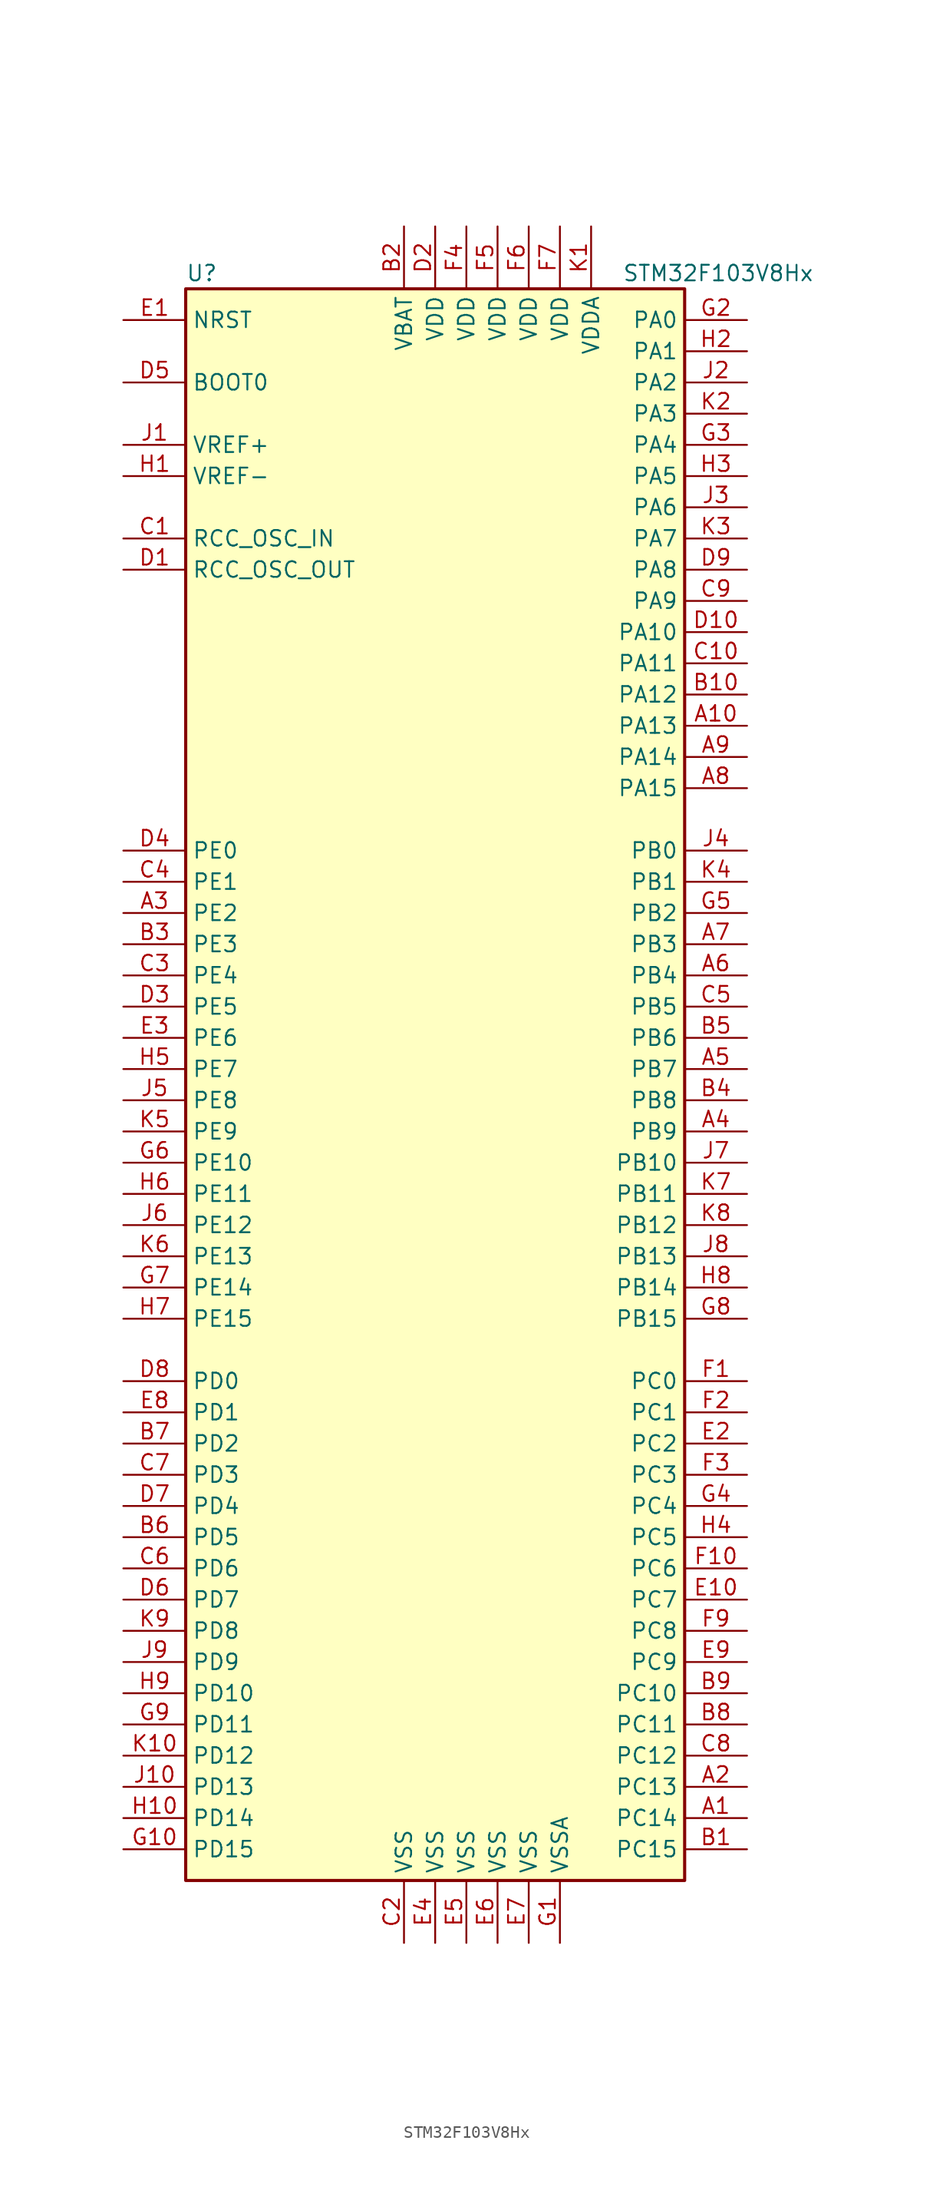
<source format=kicad_sym>
(kicad_symbol_lib
  (version 20201005)
  (generator kicad_symbol_editor)
  (symbol "STM32F103V8Hx"
    (property "Reference" "U"
      (at -20.32 64.77 0)
      (effects (font (size 1.27 1.27)) (justify left)))
    (property "Value" "STM32F103V8Hx"
      (at 15.24 64.77 0)
      (effects (font (size 1.27 1.27)) (justify left)))
    (symbol "STM32F103V8Hx_0_1"
      (rectangle (start -20.32 -66.04) (end 20.32 63.5) (stroke (width 0.254)) (fill (type background))))
    (symbol "STM32F103V8Hx_1_1"
      (pin bidirectional line (at 25.4 -60.96 180) (length 5.08) (name "PC14" (effects (font (size 1.27 1.27)))) (number "A1" (effects (font (size 1.27 1.27)))))
      (pin bidirectional line (at 25.4 27.94 180) (length 5.08) (name "PA13" (effects (font (size 1.27 1.27)))) (number "A10" (effects (font (size 1.27 1.27)))))
      (pin bidirectional line (at 25.4 -58.42 180) (length 5.08) (name "PC13" (effects (font (size 1.27 1.27)))) (number "A2" (effects (font (size 1.27 1.27)))))
      (pin bidirectional line (at -25.4 12.7 0) (length 5.08) (name "PE2" (effects (font (size 1.27 1.27)))) (number "A3" (effects (font (size 1.27 1.27)))))
      (pin bidirectional line (at 25.4 -5.08 180) (length 5.08) (name "PB9" (effects (font (size 1.27 1.27)))) (number "A4" (effects (font (size 1.27 1.27)))))
      (pin bidirectional line (at 25.4 0 180) (length 5.08) (name "PB7" (effects (font (size 1.27 1.27)))) (number "A5" (effects (font (size 1.27 1.27)))))
      (pin bidirectional line (at 25.4 7.62 180) (length 5.08) (name "PB4" (effects (font (size 1.27 1.27)))) (number "A6" (effects (font (size 1.27 1.27)))))
      (pin bidirectional line (at 25.4 10.16 180) (length 5.08) (name "PB3" (effects (font (size 1.27 1.27)))) (number "A7" (effects (font (size 1.27 1.27)))))
      (pin bidirectional line (at 25.4 22.86 180) (length 5.08) (name "PA15" (effects (font (size 1.27 1.27)))) (number "A8" (effects (font (size 1.27 1.27)))))
      (pin bidirectional line (at 25.4 25.4 180) (length 5.08) (name "PA14" (effects (font (size 1.27 1.27)))) (number "A9" (effects (font (size 1.27 1.27)))))
      (pin bidirectional line (at 25.4 -63.5 180) (length 5.08) (name "PC15" (effects (font (size 1.27 1.27)))) (number "B1" (effects (font (size 1.27 1.27)))))
      (pin bidirectional line (at 25.4 30.48 180) (length 5.08) (name "PA12" (effects (font (size 1.27 1.27)))) (number "B10" (effects (font (size 1.27 1.27)))))
      (pin power_in line (at -2.54 68.58 270) (length 5.08) (name "VBAT" (effects (font (size 1.27 1.27)))) (number "B2" (effects (font (size 1.27 1.27)))))
      (pin bidirectional line (at -25.4 10.16 0) (length 5.08) (name "PE3" (effects (font (size 1.27 1.27)))) (number "B3" (effects (font (size 1.27 1.27)))))
      (pin bidirectional line (at 25.4 -2.54 180) (length 5.08) (name "PB8" (effects (font (size 1.27 1.27)))) (number "B4" (effects (font (size 1.27 1.27)))))
      (pin bidirectional line (at 25.4 2.54 180) (length 5.08) (name "PB6" (effects (font (size 1.27 1.27)))) (number "B5" (effects (font (size 1.27 1.27)))))
      (pin bidirectional line (at -25.4 -38.1 0) (length 5.08) (name "PD5" (effects (font (size 1.27 1.27)))) (number "B6" (effects (font (size 1.27 1.27)))))
      (pin bidirectional line (at -25.4 -30.48 0) (length 5.08) (name "PD2" (effects (font (size 1.27 1.27)))) (number "B7" (effects (font (size 1.27 1.27)))))
      (pin bidirectional line (at 25.4 -53.34 180) (length 5.08) (name "PC11" (effects (font (size 1.27 1.27)))) (number "B8" (effects (font (size 1.27 1.27)))))
      (pin bidirectional line (at 25.4 -50.8 180) (length 5.08) (name "PC10" (effects (font (size 1.27 1.27)))) (number "B9" (effects (font (size 1.27 1.27)))))
      (pin input line (at -25.4 43.18 0) (length 5.08) (name "RCC_OSC_IN" (effects (font (size 1.27 1.27)))) (number "C1" (effects (font (size 1.27 1.27)))))
      (pin bidirectional line (at 25.4 33.02 180) (length 5.08) (name "PA11" (effects (font (size 1.27 1.27)))) (number "C10" (effects (font (size 1.27 1.27)))))
      (pin power_in line (at -2.54 -71.12 90) (length 5.08) (name "VSS" (effects (font (size 1.27 1.27)))) (number "C2" (effects (font (size 1.27 1.27)))))
      (pin bidirectional line (at -25.4 7.62 0) (length 5.08) (name "PE4" (effects (font (size 1.27 1.27)))) (number "C3" (effects (font (size 1.27 1.27)))))
      (pin bidirectional line (at -25.4 15.24 0) (length 5.08) (name "PE1" (effects (font (size 1.27 1.27)))) (number "C4" (effects (font (size 1.27 1.27)))))
      (pin bidirectional line (at 25.4 5.08 180) (length 5.08) (name "PB5" (effects (font (size 1.27 1.27)))) (number "C5" (effects (font (size 1.27 1.27)))))
      (pin bidirectional line (at -25.4 -40.64 0) (length 5.08) (name "PD6" (effects (font (size 1.27 1.27)))) (number "C6" (effects (font (size 1.27 1.27)))))
      (pin bidirectional line (at -25.4 -33.02 0) (length 5.08) (name "PD3" (effects (font (size 1.27 1.27)))) (number "C7" (effects (font (size 1.27 1.27)))))
      (pin bidirectional line (at 25.4 -55.88 180) (length 5.08) (name "PC12" (effects (font (size 1.27 1.27)))) (number "C8" (effects (font (size 1.27 1.27)))))
      (pin bidirectional line (at 25.4 38.1 180) (length 5.08) (name "PA9" (effects (font (size 1.27 1.27)))) (number "C9" (effects (font (size 1.27 1.27)))))
      (pin input line (at -25.4 40.64 0) (length 5.08) (name "RCC_OSC_OUT" (effects (font (size 1.27 1.27)))) (number "D1" (effects (font (size 1.27 1.27)))))
      (pin bidirectional line (at 25.4 35.56 180) (length 5.08) (name "PA10" (effects (font (size 1.27 1.27)))) (number "D10" (effects (font (size 1.27 1.27)))))
      (pin power_in line (at 0 68.58 270) (length 5.08) (name "VDD" (effects (font (size 1.27 1.27)))) (number "D2" (effects (font (size 1.27 1.27)))))
      (pin bidirectional line (at -25.4 5.08 0) (length 5.08) (name "PE5" (effects (font (size 1.27 1.27)))) (number "D3" (effects (font (size 1.27 1.27)))))
      (pin bidirectional line (at -25.4 17.78 0) (length 5.08) (name "PE0" (effects (font (size 1.27 1.27)))) (number "D4" (effects (font (size 1.27 1.27)))))
      (pin input line (at -25.4 55.88 0) (length 5.08) (name "BOOT0" (effects (font (size 1.27 1.27)))) (number "D5" (effects (font (size 1.27 1.27)))))
      (pin bidirectional line (at -25.4 -43.18 0) (length 5.08) (name "PD7" (effects (font (size 1.27 1.27)))) (number "D6" (effects (font (size 1.27 1.27)))))
      (pin bidirectional line (at -25.4 -35.56 0) (length 5.08) (name "PD4" (effects (font (size 1.27 1.27)))) (number "D7" (effects (font (size 1.27 1.27)))))
      (pin bidirectional line (at -25.4 -25.4 0) (length 5.08) (name "PD0" (effects (font (size 1.27 1.27)))) (number "D8" (effects (font (size 1.27 1.27)))))
      (pin bidirectional line (at 25.4 40.64 180) (length 5.08) (name "PA8" (effects (font (size 1.27 1.27)))) (number "D9" (effects (font (size 1.27 1.27)))))
      (pin input line (at -25.4 60.96 0) (length 5.08) (name "NRST" (effects (font (size 1.27 1.27)))) (number "E1" (effects (font (size 1.27 1.27)))))
      (pin bidirectional line (at 25.4 -43.18 180) (length 5.08) (name "PC7" (effects (font (size 1.27 1.27)))) (number "E10" (effects (font (size 1.27 1.27)))))
      (pin bidirectional line (at 25.4 -30.48 180) (length 5.08) (name "PC2" (effects (font (size 1.27 1.27)))) (number "E2" (effects (font (size 1.27 1.27)))))
      (pin bidirectional line (at -25.4 2.54 0) (length 5.08) (name "PE6" (effects (font (size 1.27 1.27)))) (number "E3" (effects (font (size 1.27 1.27)))))
      (pin power_in line (at 0 -71.12 90) (length 5.08) (name "VSS" (effects (font (size 1.27 1.27)))) (number "E4" (effects (font (size 1.27 1.27)))))
      (pin power_in line (at 2.54 -71.12 90) (length 5.08) (name "VSS" (effects (font (size 1.27 1.27)))) (number "E5" (effects (font (size 1.27 1.27)))))
      (pin power_in line (at 5.08 -71.12 90) (length 5.08) (name "VSS" (effects (font (size 1.27 1.27)))) (number "E6" (effects (font (size 1.27 1.27)))))
      (pin power_in line (at 7.62 -71.12 90) (length 5.08) (name "VSS" (effects (font (size 1.27 1.27)))) (number "E7" (effects (font (size 1.27 1.27)))))
      (pin bidirectional line (at -25.4 -27.94 0) (length 5.08) (name "PD1" (effects (font (size 1.27 1.27)))) (number "E8" (effects (font (size 1.27 1.27)))))
      (pin bidirectional line (at 25.4 -48.26 180) (length 5.08) (name "PC9" (effects (font (size 1.27 1.27)))) (number "E9" (effects (font (size 1.27 1.27)))))
      (pin bidirectional line (at 25.4 -25.4 180) (length 5.08) (name "PC0" (effects (font (size 1.27 1.27)))) (number "F1" (effects (font (size 1.27 1.27)))))
      (pin bidirectional line (at 25.4 -40.64 180) (length 5.08) (name "PC6" (effects (font (size 1.27 1.27)))) (number "F10" (effects (font (size 1.27 1.27)))))
      (pin bidirectional line (at 25.4 -27.94 180) (length 5.08) (name "PC1" (effects (font (size 1.27 1.27)))) (number "F2" (effects (font (size 1.27 1.27)))))
      (pin bidirectional line (at 25.4 -33.02 180) (length 5.08) (name "PC3" (effects (font (size 1.27 1.27)))) (number "F3" (effects (font (size 1.27 1.27)))))
      (pin power_in line (at 2.54 68.58 270) (length 5.08) (name "VDD" (effects (font (size 1.27 1.27)))) (number "F4" (effects (font (size 1.27 1.27)))))
      (pin power_in line (at 5.08 68.58 270) (length 5.08) (name "VDD" (effects (font (size 1.27 1.27)))) (number "F5" (effects (font (size 1.27 1.27)))))
      (pin power_in line (at 7.62 68.58 270) (length 5.08) (name "VDD" (effects (font (size 1.27 1.27)))) (number "F6" (effects (font (size 1.27 1.27)))))
      (pin power_in line (at 10.16 68.58 270) (length 5.08) (name "VDD" (effects (font (size 1.27 1.27)))) (number "F7" (effects (font (size 1.27 1.27)))))
      (pin no_connect line (at -20.32 -63.5 0) (length 5.08) hide (name "NC" (effects (font (size 1.27 1.27)))) (number "F8" (effects (font (size 1.27 1.27)))))
      (pin bidirectional line (at 25.4 -45.72 180) (length 5.08) (name "PC8" (effects (font (size 1.27 1.27)))) (number "F9" (effects (font (size 1.27 1.27)))))
      (pin power_in line (at 10.16 -71.12 90) (length 5.08) (name "VSSA" (effects (font (size 1.27 1.27)))) (number "G1" (effects (font (size 1.27 1.27)))))
      (pin bidirectional line (at -25.4 -63.5 0) (length 5.08) (name "PD15" (effects (font (size 1.27 1.27)))) (number "G10" (effects (font (size 1.27 1.27)))))
      (pin bidirectional line (at 25.4 60.96 180) (length 5.08) (name "PA0" (effects (font (size 1.27 1.27)))) (number "G2" (effects (font (size 1.27 1.27)))))
      (pin bidirectional line (at 25.4 50.8 180) (length 5.08) (name "PA4" (effects (font (size 1.27 1.27)))) (number "G3" (effects (font (size 1.27 1.27)))))
      (pin bidirectional line (at 25.4 -35.56 180) (length 5.08) (name "PC4" (effects (font (size 1.27 1.27)))) (number "G4" (effects (font (size 1.27 1.27)))))
      (pin bidirectional line (at 25.4 12.7 180) (length 5.08) (name "PB2" (effects (font (size 1.27 1.27)))) (number "G5" (effects (font (size 1.27 1.27)))))
      (pin bidirectional line (at -25.4 -7.62 0) (length 5.08) (name "PE10" (effects (font (size 1.27 1.27)))) (number "G6" (effects (font (size 1.27 1.27)))))
      (pin bidirectional line (at -25.4 -17.78 0) (length 5.08) (name "PE14" (effects (font (size 1.27 1.27)))) (number "G7" (effects (font (size 1.27 1.27)))))
      (pin bidirectional line (at 25.4 -20.32 180) (length 5.08) (name "PB15" (effects (font (size 1.27 1.27)))) (number "G8" (effects (font (size 1.27 1.27)))))
      (pin bidirectional line (at -25.4 -53.34 0) (length 5.08) (name "PD11" (effects (font (size 1.27 1.27)))) (number "G9" (effects (font (size 1.27 1.27)))))
      (pin power_in line (at -25.4 48.26 0) (length 5.08) (name "VREF-" (effects (font (size 1.27 1.27)))) (number "H1" (effects (font (size 1.27 1.27)))))
      (pin bidirectional line (at -25.4 -60.96 0) (length 5.08) (name "PD14" (effects (font (size 1.27 1.27)))) (number "H10" (effects (font (size 1.27 1.27)))))
      (pin bidirectional line (at 25.4 58.42 180) (length 5.08) (name "PA1" (effects (font (size 1.27 1.27)))) (number "H2" (effects (font (size 1.27 1.27)))))
      (pin bidirectional line (at 25.4 48.26 180) (length 5.08) (name "PA5" (effects (font (size 1.27 1.27)))) (number "H3" (effects (font (size 1.27 1.27)))))
      (pin bidirectional line (at 25.4 -38.1 180) (length 5.08) (name "PC5" (effects (font (size 1.27 1.27)))) (number "H4" (effects (font (size 1.27 1.27)))))
      (pin bidirectional line (at -25.4 0 0) (length 5.08) (name "PE7" (effects (font (size 1.27 1.27)))) (number "H5" (effects (font (size 1.27 1.27)))))
      (pin bidirectional line (at -25.4 -10.16 0) (length 5.08) (name "PE11" (effects (font (size 1.27 1.27)))) (number "H6" (effects (font (size 1.27 1.27)))))
      (pin bidirectional line (at -25.4 -20.32 0) (length 5.08) (name "PE15" (effects (font (size 1.27 1.27)))) (number "H7" (effects (font (size 1.27 1.27)))))
      (pin bidirectional line (at 25.4 -17.78 180) (length 5.08) (name "PB14" (effects (font (size 1.27 1.27)))) (number "H8" (effects (font (size 1.27 1.27)))))
      (pin bidirectional line (at -25.4 -50.8 0) (length 5.08) (name "PD10" (effects (font (size 1.27 1.27)))) (number "H9" (effects (font (size 1.27 1.27)))))
      (pin power_in line (at -25.4 50.8 0) (length 5.08) (name "VREF+" (effects (font (size 1.27 1.27)))) (number "J1" (effects (font (size 1.27 1.27)))))
      (pin bidirectional line (at -25.4 -58.42 0) (length 5.08) (name "PD13" (effects (font (size 1.27 1.27)))) (number "J10" (effects (font (size 1.27 1.27)))))
      (pin bidirectional line (at 25.4 55.88 180) (length 5.08) (name "PA2" (effects (font (size 1.27 1.27)))) (number "J2" (effects (font (size 1.27 1.27)))))
      (pin bidirectional line (at 25.4 45.72 180) (length 5.08) (name "PA6" (effects (font (size 1.27 1.27)))) (number "J3" (effects (font (size 1.27 1.27)))))
      (pin bidirectional line (at 25.4 17.78 180) (length 5.08) (name "PB0" (effects (font (size 1.27 1.27)))) (number "J4" (effects (font (size 1.27 1.27)))))
      (pin bidirectional line (at -25.4 -2.54 0) (length 5.08) (name "PE8" (effects (font (size 1.27 1.27)))) (number "J5" (effects (font (size 1.27 1.27)))))
      (pin bidirectional line (at -25.4 -12.7 0) (length 5.08) (name "PE12" (effects (font (size 1.27 1.27)))) (number "J6" (effects (font (size 1.27 1.27)))))
      (pin bidirectional line (at 25.4 -7.62 180) (length 5.08) (name "PB10" (effects (font (size 1.27 1.27)))) (number "J7" (effects (font (size 1.27 1.27)))))
      (pin bidirectional line (at 25.4 -15.24 180) (length 5.08) (name "PB13" (effects (font (size 1.27 1.27)))) (number "J8" (effects (font (size 1.27 1.27)))))
      (pin bidirectional line (at -25.4 -48.26 0) (length 5.08) (name "PD9" (effects (font (size 1.27 1.27)))) (number "J9" (effects (font (size 1.27 1.27)))))
      (pin power_in line (at 12.7 68.58 270) (length 5.08) (name "VDDA" (effects (font (size 1.27 1.27)))) (number "K1" (effects (font (size 1.27 1.27)))))
      (pin bidirectional line (at -25.4 -55.88 0) (length 5.08) (name "PD12" (effects (font (size 1.27 1.27)))) (number "K10" (effects (font (size 1.27 1.27)))))
      (pin bidirectional line (at 25.4 53.34 180) (length 5.08) (name "PA3" (effects (font (size 1.27 1.27)))) (number "K2" (effects (font (size 1.27 1.27)))))
      (pin bidirectional line (at 25.4 43.18 180) (length 5.08) (name "PA7" (effects (font (size 1.27 1.27)))) (number "K3" (effects (font (size 1.27 1.27)))))
      (pin bidirectional line (at 25.4 15.24 180) (length 5.08) (name "PB1" (effects (font (size 1.27 1.27)))) (number "K4" (effects (font (size 1.27 1.27)))))
      (pin bidirectional line (at -25.4 -5.08 0) (length 5.08) (name "PE9" (effects (font (size 1.27 1.27)))) (number "K5" (effects (font (size 1.27 1.27)))))
      (pin bidirectional line (at -25.4 -15.24 0) (length 5.08) (name "PE13" (effects (font (size 1.27 1.27)))) (number "K6" (effects (font (size 1.27 1.27)))))
      (pin bidirectional line (at 25.4 -10.16 180) (length 5.08) (name "PB11" (effects (font (size 1.27 1.27)))) (number "K7" (effects (font (size 1.27 1.27)))))
      (pin bidirectional line (at 25.4 -12.7 180) (length 5.08) (name "PB12" (effects (font (size 1.27 1.27)))) (number "K8" (effects (font (size 1.27 1.27)))))
      (pin bidirectional line (at -25.4 -45.72 0) (length 5.08) (name "PD8" (effects (font (size 1.27 1.27)))) (number "K9" (effects (font (size 1.27 1.27))))))))
</source>
